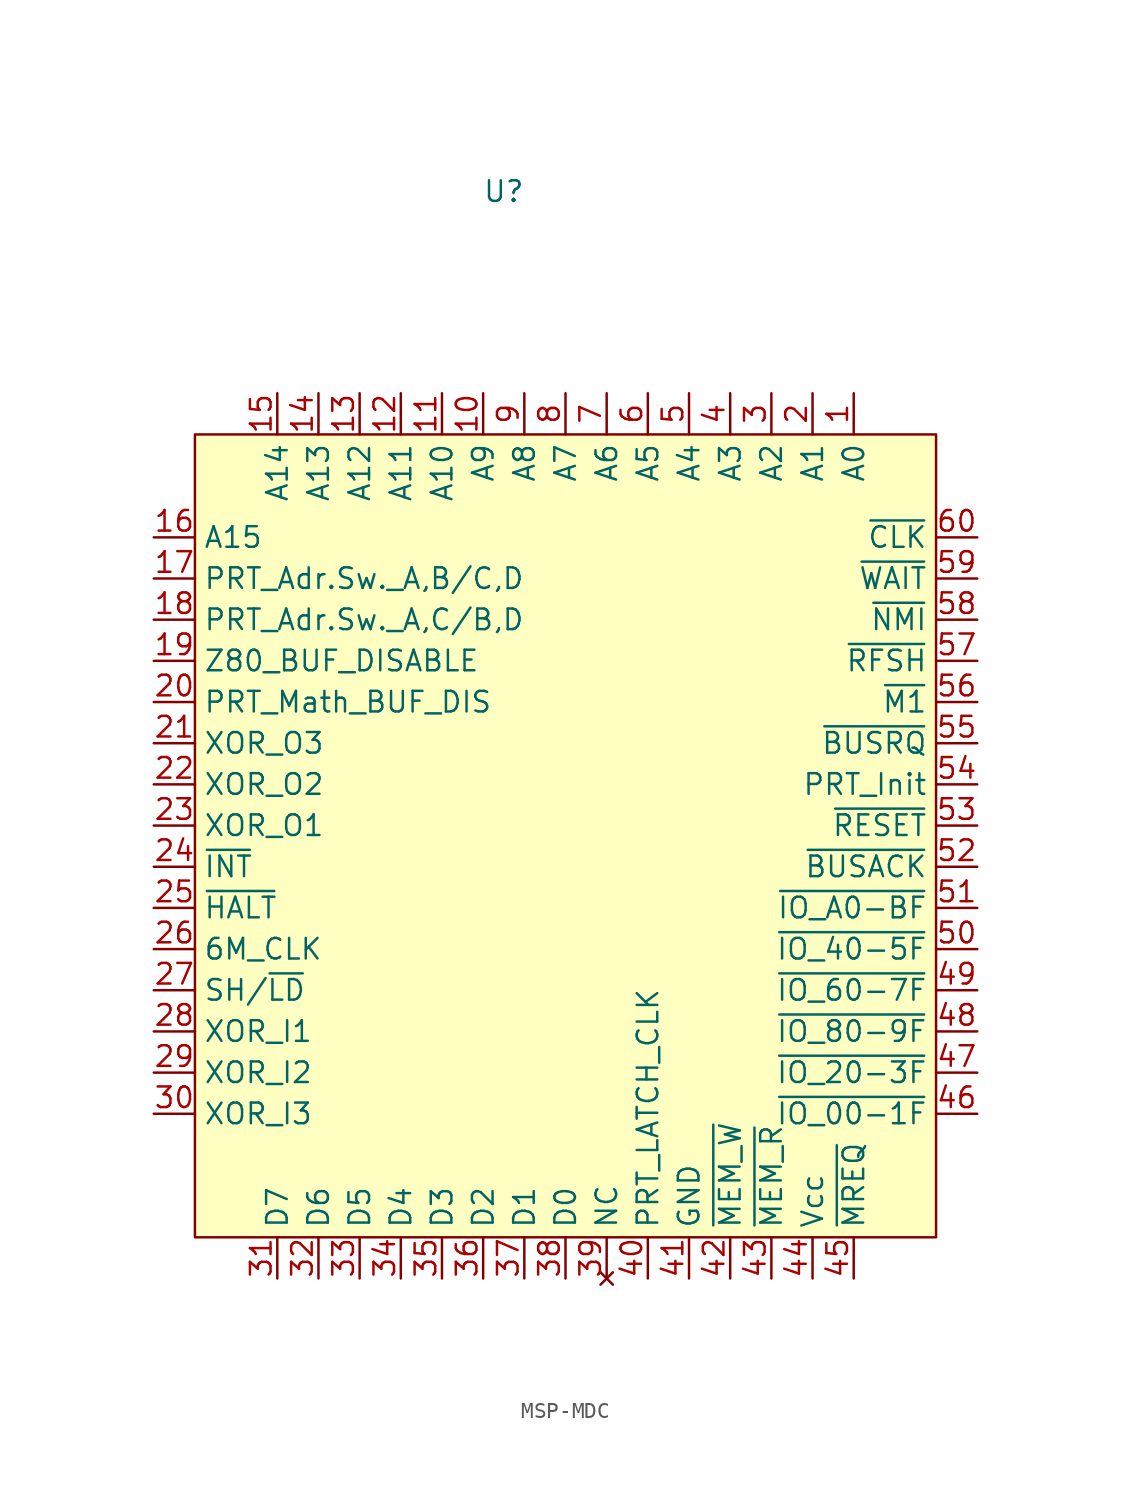
<source format=kicad_sym>
(kicad_symbol_lib
  (version 20231120)
  (generator "kicad_symbol_editor")
  (generator_version "8.0")
  (symbol "MSP-MDC"
    (property "Reference" "U"
      (at 2.54 31.496 0)
      (effects (font (size 1.27 1.27))))
    (property "Value" ""
      (at 0 0 0)
      (effects (font (size 1.27 1.27))))
    (symbol "MSP-MDC_1_1"
      (rectangle (start -16.51 16.51) (end 29.21 -33.02) (stroke (width 0) (type default)) (fill (type background)))
      (pin output line (at 24.13 19.05 270) (length 2.54) (name "A0" (effects (font (size 1.27 1.27)))) (number "1" (effects (font (size 1.27 1.27)))))
      (pin output line (at 1.27 19.05 270) (length 2.54) (name "A9" (effects (font (size 1.27 1.27)))) (number "10" (effects (font (size 1.27 1.27)))))
      (pin output line (at -1.27 19.05 270) (length 2.54) (name "A10" (effects (font (size 1.27 1.27)))) (number "11" (effects (font (size 1.27 1.27)))))
      (pin output line (at -3.81 19.05 270) (length 2.54) (name "A11" (effects (font (size 1.27 1.27)))) (number "12" (effects (font (size 1.27 1.27)))))
      (pin output line (at -6.35 19.05 270) (length 2.54) (name "A12" (effects (font (size 1.27 1.27)))) (number "13" (effects (font (size 1.27 1.27)))))
      (pin output line (at -8.89 19.05 270) (length 2.54) (name "A13" (effects (font (size 1.27 1.27)))) (number "14" (effects (font (size 1.27 1.27)))))
      (pin output line (at -11.43 19.05 270) (length 2.54) (name "A14" (effects (font (size 1.27 1.27)))) (number "15" (effects (font (size 1.27 1.27)))))
      (pin output line (at -19.05 10.16 0) (length 2.54) (name "A15" (effects (font (size 1.27 1.27)))) (number "16" (effects (font (size 1.27 1.27)))))
      (pin input line (at -19.05 7.62 0) (length 2.54) (name "PRT_Adr.Sw._A,B/C,D" (effects (font (size 1.27 1.27)))) (number "17" (effects (font (size 1.27 1.27)))))
      (pin input line (at -19.05 5.08 0) (length 2.54) (name "PRT_Adr.Sw._A,C/B,D" (effects (font (size 1.27 1.27)))) (number "18" (effects (font (size 1.27 1.27)))))
      (pin input line (at -19.05 2.54 0) (length 2.54) (name "Z80_BUF_DISABLE" (effects (font (size 1.27 1.27)))) (number "19" (effects (font (size 1.27 1.27)))))
      (pin output line (at 21.59 19.05 270) (length 2.54) (name "A1" (effects (font (size 1.27 1.27)))) (number "2" (effects (font (size 1.27 1.27)))))
      (pin input line (at -19.05 0 0) (length 2.54) (name "PRT_Math_BUF_DIS" (effects (font (size 1.27 1.27)))) (number "20" (effects (font (size 1.27 1.27)))))
      (pin output line (at -19.05 -2.54 0) (length 2.54) (name "XOR_O3" (effects (font (size 1.27 1.27)))) (number "21" (effects (font (size 1.27 1.27)))))
      (pin output line (at -19.05 -5.08 0) (length 2.54) (name "XOR_O2" (effects (font (size 1.27 1.27)))) (number "22" (effects (font (size 1.27 1.27)))))
      (pin output line (at -19.05 -7.62 0) (length 2.54) (name "XOR_O1" (effects (font (size 1.27 1.27)))) (number "23" (effects (font (size 1.27 1.27)))))
      (pin input line (at -19.05 -10.16 0) (length 2.54) (name "~{INT}" (effects (font (size 1.27 1.27)))) (number "24" (effects (font (size 1.27 1.27)))))
      (pin output line (at -19.05 -12.7 0) (length 2.54) (name "~{HALT}" (effects (font (size 1.27 1.27)))) (number "25" (effects (font (size 1.27 1.27)))))
      (pin input line (at -19.05 -15.24 0) (length 2.54) (name "6M_CLK" (effects (font (size 1.27 1.27)))) (number "26" (effects (font (size 1.27 1.27)))))
      (pin input line (at -19.05 -17.78 0) (length 2.54) (name "SH/~{LD}" (effects (font (size 1.27 1.27)))) (number "27" (effects (font (size 1.27 1.27)))))
      (pin input line (at -19.05 -20.32 0) (length 2.54) (name "XOR_I1" (effects (font (size 1.27 1.27)))) (number "28" (effects (font (size 1.27 1.27)))))
      (pin input line (at -19.05 -22.86 0) (length 2.54) (name "XOR_I2" (effects (font (size 1.27 1.27)))) (number "29" (effects (font (size 1.27 1.27)))))
      (pin output line (at 19.05 19.05 270) (length 2.54) (name "A2" (effects (font (size 1.27 1.27)))) (number "3" (effects (font (size 1.27 1.27)))))
      (pin input line (at -19.05 -25.4 0) (length 2.54) (name "XOR_I3" (effects (font (size 1.27 1.27)))) (number "30" (effects (font (size 1.27 1.27)))))
      (pin bidirectional line (at -11.43 -35.56 90) (length 2.54) (name "D7" (effects (font (size 1.27 1.27)))) (number "31" (effects (font (size 1.27 1.27)))))
      (pin bidirectional line (at -8.89 -35.56 90) (length 2.54) (name "D6" (effects (font (size 1.27 1.27)))) (number "32" (effects (font (size 1.27 1.27)))))
      (pin bidirectional line (at -6.35 -35.56 90) (length 2.54) (name "D5" (effects (font (size 1.27 1.27)))) (number "33" (effects (font (size 1.27 1.27)))))
      (pin bidirectional line (at -3.81 -35.56 90) (length 2.54) (name "D4" (effects (font (size 1.27 1.27)))) (number "34" (effects (font (size 1.27 1.27)))))
      (pin bidirectional line (at -1.27 -35.56 90) (length 2.54) (name "D3" (effects (font (size 1.27 1.27)))) (number "35" (effects (font (size 1.27 1.27)))))
      (pin bidirectional line (at 1.27 -35.56 90) (length 2.54) (name "D2" (effects (font (size 1.27 1.27)))) (number "36" (effects (font (size 1.27 1.27)))))
      (pin bidirectional line (at 3.81 -35.56 90) (length 2.54) (name "D1" (effects (font (size 1.27 1.27)))) (number "37" (effects (font (size 1.27 1.27)))))
      (pin bidirectional line (at 6.35 -35.56 90) (length 2.54) (name "D0" (effects (font (size 1.27 1.27)))) (number "38" (effects (font (size 1.27 1.27)))))
      (pin no_connect line (at 8.89 -35.56 90) (length 2.54) (name "NC" (effects (font (size 1.27 1.27)))) (number "39" (effects (font (size 1.27 1.27)))))
      (pin output line (at 16.51 19.05 270) (length 2.54) (name "A3" (effects (font (size 1.27 1.27)))) (number "4" (effects (font (size 1.27 1.27)))))
      (pin input line (at 11.43 -35.56 90) (length 2.54) (name "PRT_LATCH_CLK" (effects (font (size 1.27 1.27)))) (number "40" (effects (font (size 1.27 1.27)))))
      (pin power_in line (at 13.97 -35.56 90) (length 2.54) (name "GND" (effects (font (size 1.27 1.27)))) (number "41" (effects (font (size 1.27 1.27)))))
      (pin output line (at 16.51 -35.56 90) (length 2.54) (name "~{MEM_W}" (effects (font (size 1.27 1.27)))) (number "42" (effects (font (size 1.27 1.27)))))
      (pin output line (at 19.05 -35.56 90) (length 2.54) (name "~{MEM_R}" (effects (font (size 1.27 1.27)))) (number "43" (effects (font (size 1.27 1.27)))))
      (pin power_in line (at 21.59 -35.56 90) (length 2.54) (name "Vcc" (effects (font (size 1.27 1.27)))) (number "44" (effects (font (size 1.27 1.27)))))
      (pin output line (at 24.13 -35.56 90) (length 2.54) (name "~{MREQ}" (effects (font (size 1.27 1.27)))) (number "45" (effects (font (size 1.27 1.27)))))
      (pin output line (at 31.75 -25.4 180) (length 2.54) (name "~{IO_00-1F}" (effects (font (size 1.27 1.27)))) (number "46" (effects (font (size 1.27 1.27)))))
      (pin output line (at 31.75 -22.86 180) (length 2.54) (name "~{IO_20-3F}" (effects (font (size 1.27 1.27)))) (number "47" (effects (font (size 1.27 1.27)))))
      (pin output line (at 31.75 -20.32 180) (length 2.54) (name "~{IO_80-9F}" (effects (font (size 1.27 1.27)))) (number "48" (effects (font (size 1.27 1.27)))))
      (pin output line (at 31.75 -17.78 180) (length 2.54) (name "~{IO_60-7F}" (effects (font (size 1.27 1.27)))) (number "49" (effects (font (size 1.27 1.27)))))
      (pin output line (at 13.97 19.05 270) (length 2.54) (name "A4" (effects (font (size 1.27 1.27)))) (number "5" (effects (font (size 1.27 1.27)))))
      (pin output line (at 31.75 -15.24 180) (length 2.54) (name "~{IO_40-5F}" (effects (font (size 1.27 1.27)))) (number "50" (effects (font (size 1.27 1.27)))))
      (pin output line (at 31.75 -12.7 180) (length 2.54) (name "~{IO_A0-BF}" (effects (font (size 1.27 1.27)))) (number "51" (effects (font (size 1.27 1.27)))))
      (pin output line (at 31.75 -10.16 180) (length 2.54) (name "~{BUSACK}" (effects (font (size 1.27 1.27)))) (number "52" (effects (font (size 1.27 1.27)))))
      (pin input line (at 31.75 -7.62 180) (length 2.54) (name "~{RESET}" (effects (font (size 1.27 1.27)))) (number "53" (effects (font (size 1.27 1.27)))))
      (pin output line (at 31.75 -5.08 180) (length 2.54) (name "PRT_Init" (effects (font (size 1.27 1.27)))) (number "54" (effects (font (size 1.27 1.27)))))
      (pin input line (at 31.75 -2.54 180) (length 2.54) (name "~{BUSRQ}" (effects (font (size 1.27 1.27)))) (number "55" (effects (font (size 1.27 1.27)))))
      (pin output line (at 31.75 0 180) (length 2.54) (name "~{M1}" (effects (font (size 1.27 1.27)))) (number "56" (effects (font (size 1.27 1.27)))))
      (pin output line (at 31.75 2.54 180) (length 2.54) (name "~{RFSH}" (effects (font (size 1.27 1.27)))) (number "57" (effects (font (size 1.27 1.27)))))
      (pin input line (at 31.75 5.08 180) (length 2.54) (name "~{NMI}" (effects (font (size 1.27 1.27)))) (number "58" (effects (font (size 1.27 1.27)))))
      (pin input line (at 31.75 7.62 180) (length 2.54) (name "~{WAIT}" (effects (font (size 1.27 1.27)))) (number "59" (effects (font (size 1.27 1.27)))))
      (pin output line (at 11.43 19.05 270) (length 2.54) (name "A5" (effects (font (size 1.27 1.27)))) (number "6" (effects (font (size 1.27 1.27)))))
      (pin input line (at 31.75 10.16 180) (length 2.54) (name "~{CLK}" (effects (font (size 1.27 1.27)))) (number "60" (effects (font (size 1.27 1.27)))))
      (pin output line (at 8.89 19.05 270) (length 2.54) (name "A6" (effects (font (size 1.27 1.27)))) (number "7" (effects (font (size 1.27 1.27)))))
      (pin output line (at 6.35 19.05 270) (length 2.54) (name "A7" (effects (font (size 1.27 1.27)))) (number "8" (effects (font (size 1.27 1.27)))))
      (pin output line (at 3.81 19.05 270) (length 2.54) (name "A8" (effects (font (size 1.27 1.27)))) (number "9" (effects (font (size 1.27 1.27))))))))
</source>
